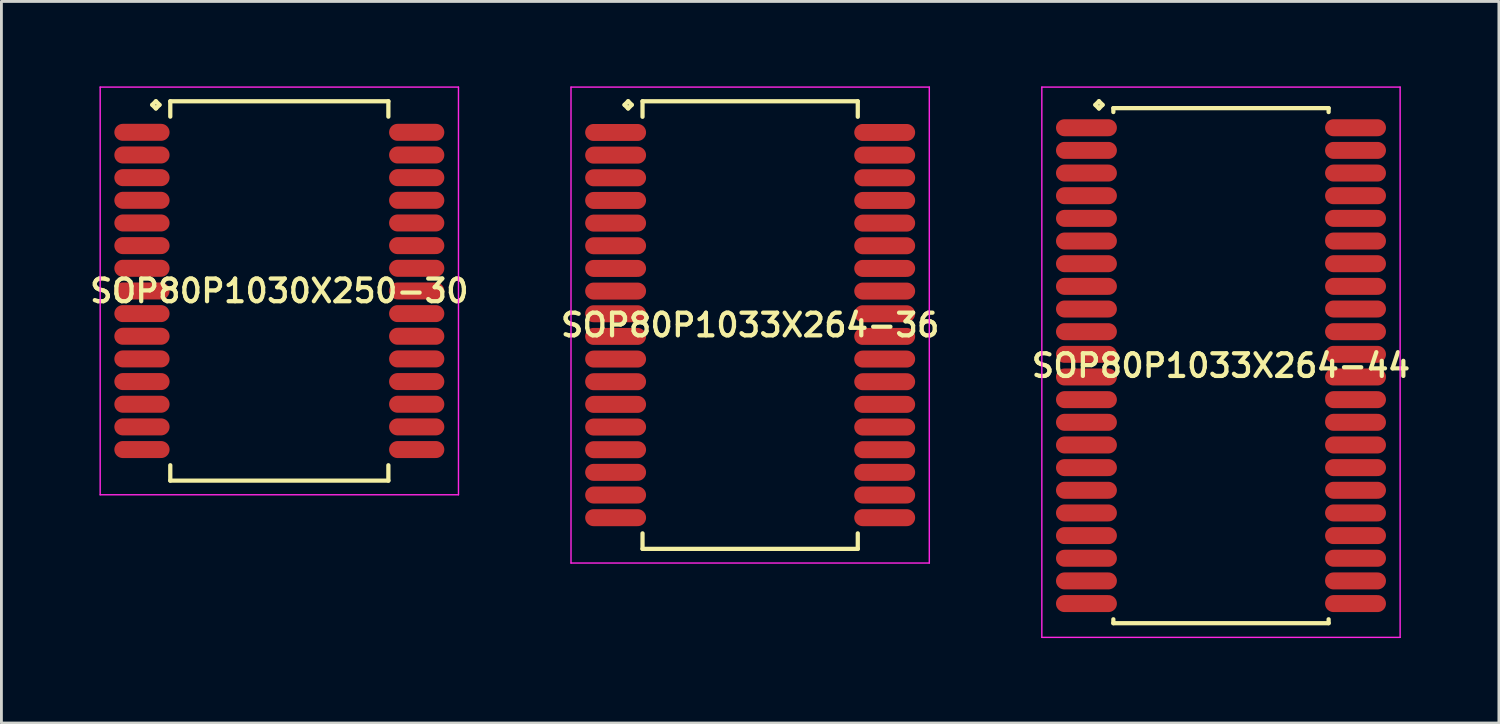
<source format=kicad_pcb>
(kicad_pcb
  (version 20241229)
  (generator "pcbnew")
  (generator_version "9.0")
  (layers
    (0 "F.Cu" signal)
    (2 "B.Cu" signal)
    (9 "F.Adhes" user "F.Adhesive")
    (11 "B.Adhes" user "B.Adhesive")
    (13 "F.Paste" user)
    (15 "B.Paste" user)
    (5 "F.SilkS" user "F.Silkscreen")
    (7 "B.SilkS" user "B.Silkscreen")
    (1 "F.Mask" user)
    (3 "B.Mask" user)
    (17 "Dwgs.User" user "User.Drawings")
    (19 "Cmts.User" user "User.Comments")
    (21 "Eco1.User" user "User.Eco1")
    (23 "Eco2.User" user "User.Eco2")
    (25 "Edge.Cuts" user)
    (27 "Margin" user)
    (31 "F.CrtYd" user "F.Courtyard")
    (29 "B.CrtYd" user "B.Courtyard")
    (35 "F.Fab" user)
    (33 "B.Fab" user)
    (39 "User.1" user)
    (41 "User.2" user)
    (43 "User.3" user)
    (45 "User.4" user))
  (footprint "SOP80P1033X264-44"
    (layer "F.Cu")
    (at 40.058 9.86)
    (property "Reference" "SOP80P1033X264-44" (at 0 0 0) (layer "F.SilkS") (effects (font (size 0.8 0.8) (thickness 0.15))))
    (attr smd)
    (fp_line (start -4.435 -9.208) (end -4.308 -9.335) (stroke (width 0.15) (type solid)) (layer "F.SilkS"))
    (fp_line (start -4.308 -9.335) (end -4.181 -9.208) (stroke (width 0.15) (type solid)) (layer "F.SilkS"))
    (fp_line (start -4.308 -9.081) (end -4.435 -9.208) (stroke (width 0.15) (type solid)) (layer "F.SilkS"))
    (fp_line (start -4.181 -9.208) (end -4.308 -9.081) (stroke (width 0.15) (type solid)) (layer "F.SilkS"))
    (fp_line (start -3.8 -9.092) (end 3.8 -9.092) (stroke (width 0.15) (type solid)) (layer "F.SilkS"))
    (fp_line (start -3.8 -8.954) (end -3.8 -9.092) (stroke (width 0.15) (type solid)) (layer "F.SilkS"))
    (fp_line (start -3.8 8.954) (end -3.8 9.092) (stroke (width 0.15) (type solid)) (layer "F.SilkS"))
    (fp_line (start -3.8 9.092) (end 3.8 9.092) (stroke (width 0.15) (type solid)) (layer "F.SilkS"))
    (fp_line (start 3.8 -9.092) (end 3.8 -8.954) (stroke (width 0.15) (type solid)) (layer "F.SilkS"))
    (fp_line (start 3.8 9.092) (end 3.8 8.954) (stroke (width 0.15) (type solid)) (layer "F.SilkS"))
    (fp_line (start -6.325 -9.835) (end 6.325 -9.835) (stroke (width 0.05) (type solid)) (layer "F.CrtYd"))
    (fp_line (start -6.325 9.592) (end -6.325 -9.835) (stroke (width 0.05) (type solid)) (layer "F.CrtYd"))
    (fp_line (start 6.325 -9.835) (end 6.325 9.592) (stroke (width 0.05) (type solid)) (layer "F.CrtYd"))
    (fp_line (start 6.325 9.592) (end -6.325 9.592) (stroke (width 0.05) (type solid)) (layer "F.CrtYd"))
    (pad "1" smd oval (at -4.75 -8.4) (size 2.15 0.6) (layers "F.Cu" "F.Mask" "F.Paste"))
    (pad "2" smd oval (at -4.75 -7.6) (size 2.15 0.6) (layers "F.Cu" "F.Mask" "F.Paste"))
    (pad "3" smd oval (at -4.75 -6.8) (size 2.15 0.6) (layers "F.Cu" "F.Mask" "F.Paste"))
    (pad "4" smd oval (at -4.75 -6) (size 2.15 0.6) (layers "F.Cu" "F.Mask" "F.Paste"))
    (pad "5" smd oval (at -4.75 -5.2) (size 2.15 0.6) (layers "F.Cu" "F.Mask" "F.Paste"))
    (pad "6" smd oval (at -4.75 -4.4) (size 2.15 0.6) (layers "F.Cu" "F.Mask" "F.Paste"))
    (pad "7" smd oval (at -4.75 -3.6) (size 2.15 0.6) (layers "F.Cu" "F.Mask" "F.Paste"))
    (pad "8" smd oval (at -4.75 -2.8) (size 2.15 0.6) (layers "F.Cu" "F.Mask" "F.Paste"))
    (pad "9" smd oval (at -4.75 -2) (size 2.15 0.6) (layers "F.Cu" "F.Mask" "F.Paste"))
    (pad "10" smd oval (at -4.75 -1.2) (size 2.15 0.6) (layers "F.Cu" "F.Mask" "F.Paste"))
    (pad "11" smd oval (at -4.75 -0.4) (size 2.15 0.6) (layers "F.Cu" "F.Mask" "F.Paste"))
    (pad "12" smd oval (at -4.75 0.4) (size 2.15 0.6) (layers "F.Cu" "F.Mask" "F.Paste"))
    (pad "13" smd oval (at -4.75 1.2) (size 2.15 0.6) (layers "F.Cu" "F.Mask" "F.Paste"))
    (pad "14" smd oval (at -4.75 2) (size 2.15 0.6) (layers "F.Cu" "F.Mask" "F.Paste"))
    (pad "15" smd oval (at -4.75 2.8) (size 2.15 0.6) (layers "F.Cu" "F.Mask" "F.Paste"))
    (pad "16" smd oval (at -4.75 3.6) (size 2.15 0.6) (layers "F.Cu" "F.Mask" "F.Paste"))
    (pad "17" smd oval (at -4.75 4.4) (size 2.15 0.6) (layers "F.Cu" "F.Mask" "F.Paste"))
    (pad "18" smd oval (at -4.75 5.2) (size 2.15 0.6) (layers "F.Cu" "F.Mask" "F.Paste"))
    (pad "19" smd oval (at -4.75 6) (size 2.15 0.6) (layers "F.Cu" "F.Mask" "F.Paste"))
    (pad "20" smd oval (at -4.75 6.8) (size 2.15 0.6) (layers "F.Cu" "F.Mask" "F.Paste"))
    (pad "21" smd oval (at -4.75 7.6) (size 2.15 0.6) (layers "F.Cu" "F.Mask" "F.Paste"))
    (pad "22" smd oval (at -4.75 8.4) (size 2.15 0.6) (layers "F.Cu" "F.Mask" "F.Paste"))
    (pad "23" smd oval (at 4.75 8.4) (size 2.15 0.6) (layers "F.Cu" "F.Mask" "F.Paste"))
    (pad "24" smd oval (at 4.75 7.6) (size 2.15 0.6) (layers "F.Cu" "F.Mask" "F.Paste"))
    (pad "25" smd oval (at 4.75 6.8) (size 2.15 0.6) (layers "F.Cu" "F.Mask" "F.Paste"))
    (pad "26" smd oval (at 4.75 6) (size 2.15 0.6) (layers "F.Cu" "F.Mask" "F.Paste"))
    (pad "27" smd oval (at 4.75 5.2) (size 2.15 0.6) (layers "F.Cu" "F.Mask" "F.Paste"))
    (pad "28" smd oval (at 4.75 4.4) (size 2.15 0.6) (layers "F.Cu" "F.Mask" "F.Paste"))
    (pad "29" smd oval (at 4.75 3.6) (size 2.15 0.6) (layers "F.Cu" "F.Mask" "F.Paste"))
    (pad "30" smd oval (at 4.75 2.8) (size 2.15 0.6) (layers "F.Cu" "F.Mask" "F.Paste"))
    (pad "31" smd oval (at 4.75 2) (size 2.15 0.6) (layers "F.Cu" "F.Mask" "F.Paste"))
    (pad "32" smd oval (at 4.75 1.2) (size 2.15 0.6) (layers "F.Cu" "F.Mask" "F.Paste"))
    (pad "33" smd oval (at 4.75 0.4) (size 2.15 0.6) (layers "F.Cu" "F.Mask" "F.Paste"))
    (pad "34" smd oval (at 4.75 -0.4) (size 2.15 0.6) (layers "F.Cu" "F.Mask" "F.Paste"))
    (pad "35" smd oval (at 4.75 -1.2) (size 2.15 0.6) (layers "F.Cu" "F.Mask" "F.Paste"))
    (pad "36" smd oval (at 4.75 -2) (size 2.15 0.6) (layers "F.Cu" "F.Mask" "F.Paste"))
    (pad "37" smd oval (at 4.75 -2.8) (size 2.15 0.6) (layers "F.Cu" "F.Mask" "F.Paste"))
    (pad "38" smd oval (at 4.75 -3.6) (size 2.15 0.6) (layers "F.Cu" "F.Mask" "F.Paste"))
    (pad "39" smd oval (at 4.75 -4.4) (size 2.15 0.6) (layers "F.Cu" "F.Mask" "F.Paste"))
    (pad "40" smd oval (at 4.75 -5.2) (size 2.15 0.6) (layers "F.Cu" "F.Mask" "F.Paste"))
    (pad "41" smd oval (at 4.75 -6) (size 2.15 0.6) (layers "F.Cu" "F.Mask" "F.Paste"))
    (pad "42" smd oval (at 4.75 -6.8) (size 2.15 0.6) (layers "F.Cu" "F.Mask" "F.Paste"))
    (pad "43" smd oval (at 4.75 -7.6) (size 2.15 0.6) (layers "F.Cu" "F.Mask" "F.Paste"))
    (pad "44" smd oval (at 4.75 -8.4) (size 2.15 0.6) (layers "F.Cu" "F.Mask" "F.Paste")))
  (footprint "SOP80P1030X250-30"
    (layer "F.Cu")
    (at 6.812 7.222)
    (property "Reference" "SOP80P1030X250-30" (at 0 0 0) (layer "F.SilkS") (effects (font (size 0.8 0.8) (thickness 0.15))))
    (attr smd)
    (fp_line (start -4.485 -6.57) (end -4.358 -6.697) (stroke (width 0.15) (type solid)) (layer "F.SilkS"))
    (fp_line (start -4.358 -6.697) (end -4.231 -6.57) (stroke (width 0.15) (type solid)) (layer "F.SilkS"))
    (fp_line (start -4.358 -6.443) (end -4.485 -6.57) (stroke (width 0.15) (type solid)) (layer "F.SilkS"))
    (fp_line (start -4.231 -6.57) (end -4.358 -6.443) (stroke (width 0.15) (type solid)) (layer "F.SilkS"))
    (fp_line (start -3.85 -6.697) (end 3.85 -6.697) (stroke (width 0.15) (type solid)) (layer "F.SilkS"))
    (fp_line (start -3.85 -6.154) (end -3.85 -6.697) (stroke (width 0.15) (type solid)) (layer "F.SilkS"))
    (fp_line (start -3.85 6.154) (end -3.85 6.697) (stroke (width 0.15) (type solid)) (layer "F.SilkS"))
    (fp_line (start -3.85 6.697) (end 3.85 6.697) (stroke (width 0.15) (type solid)) (layer "F.SilkS"))
    (fp_line (start 3.85 -6.697) (end 3.85 -6.154) (stroke (width 0.15) (type solid)) (layer "F.SilkS"))
    (fp_line (start 3.85 6.697) (end 3.85 6.154) (stroke (width 0.15) (type solid)) (layer "F.SilkS"))
    (fp_line (start -6.325 -7.197) (end 6.325 -7.197) (stroke (width 0.05) (type solid)) (layer "F.CrtYd"))
    (fp_line (start -6.325 7.197) (end -6.325 -7.197) (stroke (width 0.05) (type solid)) (layer "F.CrtYd"))
    (fp_line (start 6.325 -7.197) (end 6.325 7.197) (stroke (width 0.05) (type solid)) (layer "F.CrtYd"))
    (fp_line (start 6.325 7.197) (end -6.325 7.197) (stroke (width 0.05) (type solid)) (layer "F.CrtYd"))
    (pad "1" smd oval (at -4.85 -5.6) (size 1.95 0.6) (layers "F.Cu" "F.Mask" "F.Paste"))
    (pad "2" smd oval (at -4.85 -4.8) (size 1.95 0.6) (layers "F.Cu" "F.Mask" "F.Paste"))
    (pad "3" smd oval (at -4.85 -4) (size 1.95 0.6) (layers "F.Cu" "F.Mask" "F.Paste"))
    (pad "4" smd oval (at -4.85 -3.2) (size 1.95 0.6) (layers "F.Cu" "F.Mask" "F.Paste"))
    (pad "5" smd oval (at -4.85 -2.4) (size 1.95 0.6) (layers "F.Cu" "F.Mask" "F.Paste"))
    (pad "6" smd oval (at -4.85 -1.6) (size 1.95 0.6) (layers "F.Cu" "F.Mask" "F.Paste"))
    (pad "7" smd oval (at -4.85 -0.8) (size 1.95 0.6) (layers "F.Cu" "F.Mask" "F.Paste"))
    (pad "8" smd oval (at -4.85 0) (size 1.95 0.6) (layers "F.Cu" "F.Mask" "F.Paste"))
    (pad "9" smd oval (at -4.85 0.8) (size 1.95 0.6) (layers "F.Cu" "F.Mask" "F.Paste"))
    (pad "10" smd oval (at -4.85 1.6) (size 1.95 0.6) (layers "F.Cu" "F.Mask" "F.Paste"))
    (pad "11" smd oval (at -4.85 2.4) (size 1.95 0.6) (layers "F.Cu" "F.Mask" "F.Paste"))
    (pad "12" smd oval (at -4.85 3.2) (size 1.95 0.6) (layers "F.Cu" "F.Mask" "F.Paste"))
    (pad "13" smd oval (at -4.85 4) (size 1.95 0.6) (layers "F.Cu" "F.Mask" "F.Paste"))
    (pad "14" smd oval (at -4.85 4.8) (size 1.95 0.6) (layers "F.Cu" "F.Mask" "F.Paste"))
    (pad "15" smd oval (at -4.85 5.6) (size 1.95 0.6) (layers "F.Cu" "F.Mask" "F.Paste"))
    (pad "16" smd oval (at 4.85 5.6) (size 1.95 0.6) (layers "F.Cu" "F.Mask" "F.Paste"))
    (pad "17" smd oval (at 4.85 4.8) (size 1.95 0.6) (layers "F.Cu" "F.Mask" "F.Paste"))
    (pad "18" smd oval (at 4.85 4) (size 1.95 0.6) (layers "F.Cu" "F.Mask" "F.Paste"))
    (pad "19" smd oval (at 4.85 3.2) (size 1.95 0.6) (layers "F.Cu" "F.Mask" "F.Paste"))
    (pad "20" smd oval (at 4.85 2.4) (size 1.95 0.6) (layers "F.Cu" "F.Mask" "F.Paste"))
    (pad "21" smd oval (at 4.85 1.6) (size 1.95 0.6) (layers "F.Cu" "F.Mask" "F.Paste"))
    (pad "22" smd oval (at 4.85 0.8) (size 1.95 0.6) (layers "F.Cu" "F.Mask" "F.Paste"))
    (pad "23" smd oval (at 4.85 0) (size 1.95 0.6) (layers "F.Cu" "F.Mask" "F.Paste"))
    (pad "24" smd oval (at 4.85 -0.8) (size 1.95 0.6) (layers "F.Cu" "F.Mask" "F.Paste"))
    (pad "25" smd oval (at 4.85 -1.6) (size 1.95 0.6) (layers "F.Cu" "F.Mask" "F.Paste"))
    (pad "26" smd oval (at 4.85 -2.4) (size 1.95 0.6) (layers "F.Cu" "F.Mask" "F.Paste"))
    (pad "27" smd oval (at 4.85 -3.2) (size 1.95 0.6) (layers "F.Cu" "F.Mask" "F.Paste"))
    (pad "28" smd oval (at 4.85 -4) (size 1.95 0.6) (layers "F.Cu" "F.Mask" "F.Paste"))
    (pad "29" smd oval (at 4.85 -4.8) (size 1.95 0.6) (layers "F.Cu" "F.Mask" "F.Paste"))
    (pad "30" smd oval (at 4.85 -5.6) (size 1.95 0.6) (layers "F.Cu" "F.Mask" "F.Paste")))
  (footprint "SOP80P1033X264-36"
    (layer "F.Cu")
    (at 23.435 8.427)
    (property "Reference" "SOP80P1033X264-36" (at 0 0 0) (layer "F.SilkS") (effects (font (size 0.8 0.8) (thickness 0.15))))
    (attr smd)
    (fp_line (start -4.435 -7.775) (end -4.308 -7.902) (stroke (width 0.15) (type solid)) (layer "F.SilkS"))
    (fp_line (start -4.308 -7.902) (end -4.181 -7.775) (stroke (width 0.15) (type solid)) (layer "F.SilkS"))
    (fp_line (start -4.308 -7.648) (end -4.435 -7.775) (stroke (width 0.15) (type solid)) (layer "F.SilkS"))
    (fp_line (start -4.181 -7.775) (end -4.308 -7.648) (stroke (width 0.15) (type solid)) (layer "F.SilkS"))
    (fp_line (start -3.8 -7.902) (end 3.8 -7.902) (stroke (width 0.15) (type solid)) (layer "F.SilkS"))
    (fp_line (start -3.8 -7.354) (end -3.8 -7.902) (stroke (width 0.15) (type solid)) (layer "F.SilkS"))
    (fp_line (start -3.8 7.354) (end -3.8 7.902) (stroke (width 0.15) (type solid)) (layer "F.SilkS"))
    (fp_line (start -3.8 7.902) (end 3.8 7.902) (stroke (width 0.15) (type solid)) (layer "F.SilkS"))
    (fp_line (start 3.8 -7.902) (end 3.8 -7.354) (stroke (width 0.15) (type solid)) (layer "F.SilkS"))
    (fp_line (start 3.8 7.902) (end 3.8 7.354) (stroke (width 0.15) (type solid)) (layer "F.SilkS"))
    (fp_line (start -6.325 -8.402) (end 6.325 -8.402) (stroke (width 0.05) (type solid)) (layer "F.CrtYd"))
    (fp_line (start -6.325 8.402) (end -6.325 -8.402) (stroke (width 0.05) (type solid)) (layer "F.CrtYd"))
    (fp_line (start 6.325 -8.402) (end 6.325 8.402) (stroke (width 0.05) (type solid)) (layer "F.CrtYd"))
    (fp_line (start 6.325 8.402) (end -6.325 8.402) (stroke (width 0.05) (type solid)) (layer "F.CrtYd"))
    (pad "1" smd oval (at -4.75 -6.8) (size 2.15 0.6) (layers "F.Cu" "F.Mask" "F.Paste"))
    (pad "2" smd oval (at -4.75 -6) (size 2.15 0.6) (layers "F.Cu" "F.Mask" "F.Paste"))
    (pad "3" smd oval (at -4.75 -5.2) (size 2.15 0.6) (layers "F.Cu" "F.Mask" "F.Paste"))
    (pad "4" smd oval (at -4.75 -4.4) (size 2.15 0.6) (layers "F.Cu" "F.Mask" "F.Paste"))
    (pad "5" smd oval (at -4.75 -3.6) (size 2.15 0.6) (layers "F.Cu" "F.Mask" "F.Paste"))
    (pad "6" smd oval (at -4.75 -2.8) (size 2.15 0.6) (layers "F.Cu" "F.Mask" "F.Paste"))
    (pad "7" smd oval (at -4.75 -2) (size 2.15 0.6) (layers "F.Cu" "F.Mask" "F.Paste"))
    (pad "8" smd oval (at -4.75 -1.2) (size 2.15 0.6) (layers "F.Cu" "F.Mask" "F.Paste"))
    (pad "9" smd oval (at -4.75 -0.4) (size 2.15 0.6) (layers "F.Cu" "F.Mask" "F.Paste"))
    (pad "10" smd oval (at -4.75 0.4) (size 2.15 0.6) (layers "F.Cu" "F.Mask" "F.Paste"))
    (pad "11" smd oval (at -4.75 1.2) (size 2.15 0.6) (layers "F.Cu" "F.Mask" "F.Paste"))
    (pad "12" smd oval (at -4.75 2) (size 2.15 0.6) (layers "F.Cu" "F.Mask" "F.Paste"))
    (pad "13" smd oval (at -4.75 2.8) (size 2.15 0.6) (layers "F.Cu" "F.Mask" "F.Paste"))
    (pad "14" smd oval (at -4.75 3.6) (size 2.15 0.6) (layers "F.Cu" "F.Mask" "F.Paste"))
    (pad "15" smd oval (at -4.75 4.4) (size 2.15 0.6) (layers "F.Cu" "F.Mask" "F.Paste"))
    (pad "16" smd oval (at -4.75 5.2) (size 2.15 0.6) (layers "F.Cu" "F.Mask" "F.Paste"))
    (pad "17" smd oval (at -4.75 6) (size 2.15 0.6) (layers "F.Cu" "F.Mask" "F.Paste"))
    (pad "18" smd oval (at -4.75 6.8) (size 2.15 0.6) (layers "F.Cu" "F.Mask" "F.Paste"))
    (pad "19" smd oval (at 4.75 6.8) (size 2.15 0.6) (layers "F.Cu" "F.Mask" "F.Paste"))
    (pad "20" smd oval (at 4.75 6) (size 2.15 0.6) (layers "F.Cu" "F.Mask" "F.Paste"))
    (pad "21" smd oval (at 4.75 5.2) (size 2.15 0.6) (layers "F.Cu" "F.Mask" "F.Paste"))
    (pad "22" smd oval (at 4.75 4.4) (size 2.15 0.6) (layers "F.Cu" "F.Mask" "F.Paste"))
    (pad "23" smd oval (at 4.75 3.6) (size 2.15 0.6) (layers "F.Cu" "F.Mask" "F.Paste"))
    (pad "24" smd oval (at 4.75 2.8) (size 2.15 0.6) (layers "F.Cu" "F.Mask" "F.Paste"))
    (pad "25" smd oval (at 4.75 2) (size 2.15 0.6) (layers "F.Cu" "F.Mask" "F.Paste"))
    (pad "26" smd oval (at 4.75 1.2) (size 2.15 0.6) (layers "F.Cu" "F.Mask" "F.Paste"))
    (pad "27" smd oval (at 4.75 0.4) (size 2.15 0.6) (layers "F.Cu" "F.Mask" "F.Paste"))
    (pad "28" smd oval (at 4.75 -0.4) (size 2.15 0.6) (layers "F.Cu" "F.Mask" "F.Paste"))
    (pad "29" smd oval (at 4.75 -1.2) (size 2.15 0.6) (layers "F.Cu" "F.Mask" "F.Paste"))
    (pad "30" smd oval (at 4.75 -2) (size 2.15 0.6) (layers "F.Cu" "F.Mask" "F.Paste"))
    (pad "31" smd oval (at 4.75 -2.8) (size 2.15 0.6) (layers "F.Cu" "F.Mask" "F.Paste"))
    (pad "32" smd oval (at 4.75 -3.6) (size 2.15 0.6) (layers "F.Cu" "F.Mask" "F.Paste"))
    (pad "33" smd oval (at 4.75 -4.4) (size 2.15 0.6) (layers "F.Cu" "F.Mask" "F.Paste"))
    (pad "34" smd oval (at 4.75 -5.2) (size 2.15 0.6) (layers "F.Cu" "F.Mask" "F.Paste"))
    (pad "35" smd oval (at 4.75 -6) (size 2.15 0.6) (layers "F.Cu" "F.Mask" "F.Paste"))
    (pad "36" smd oval (at 4.75 -6.8) (size 2.15 0.6) (layers "F.Cu" "F.Mask" "F.Paste")))
  (gr_rect
    (start -3 -3)
    (end 49.87 22.477)
    (stroke (width 0.1) (type default))
    (fill no)
    (layer "Edge.Cuts")))
</source>
